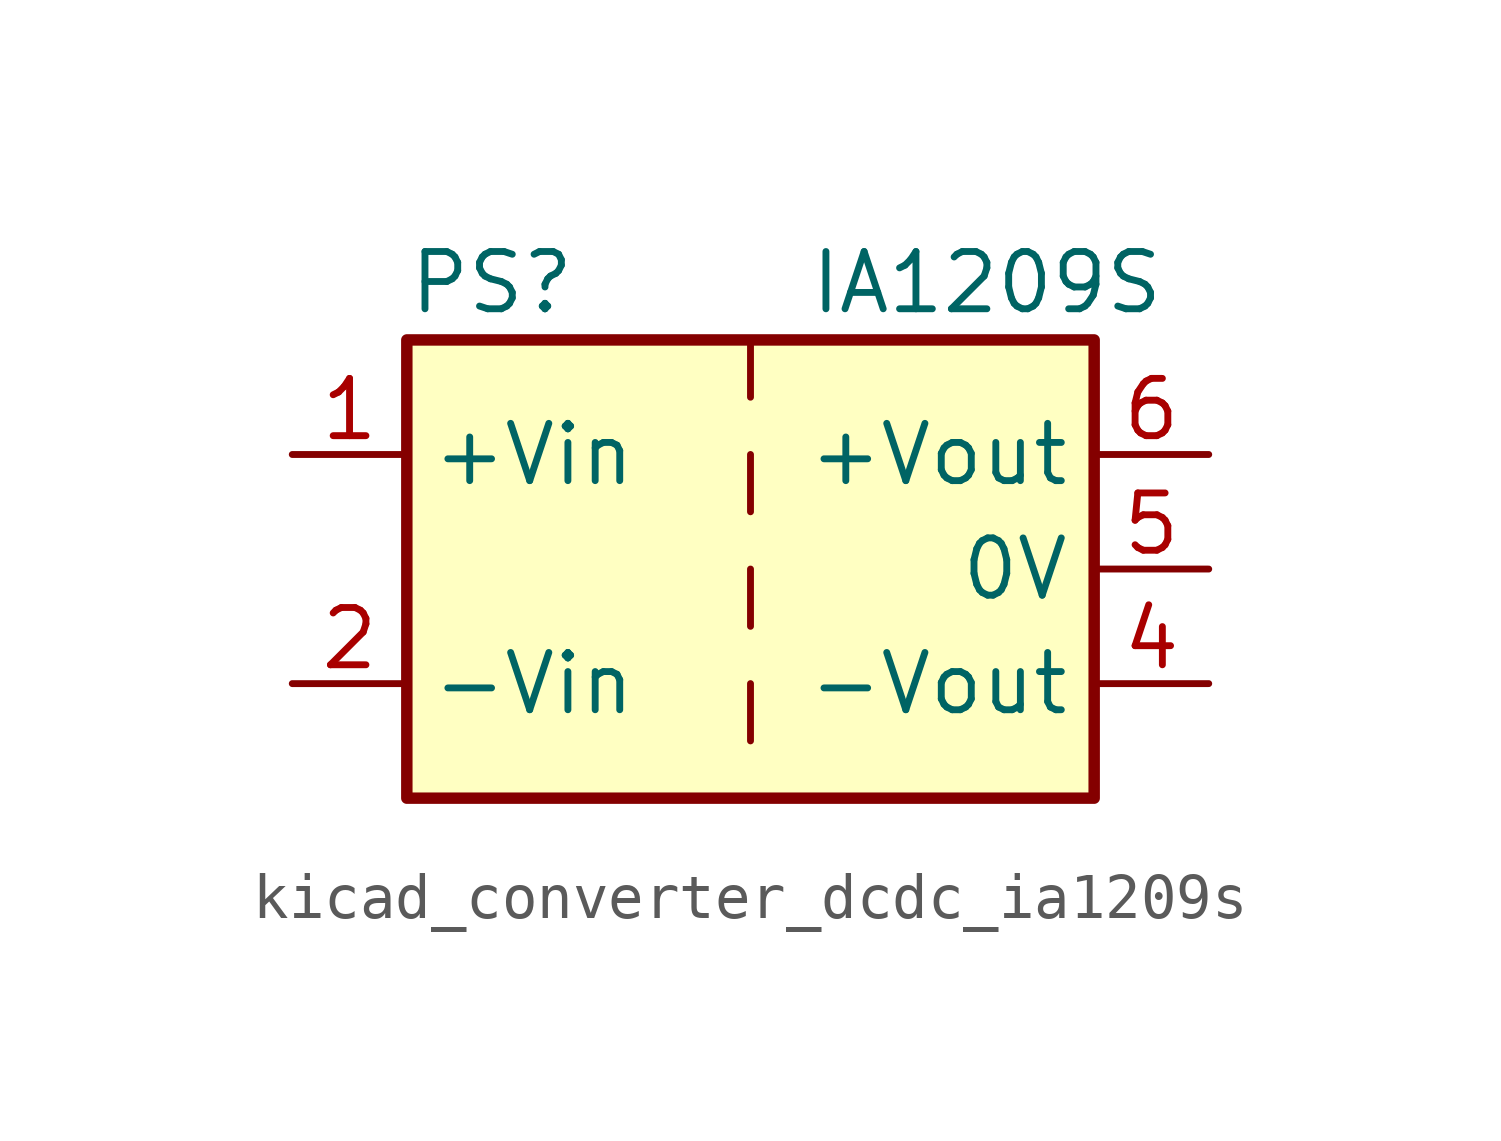
<source format=kicad_sym>
(kicad_symbol_lib
  (version 20220914)
  (generator kicad_symbol_editor)
  (symbol "kicad_converter_dcdc_ia1209s"
    (property "Reference" "PS"
      (at -7.62 6.35 0)
      (effects (font (size 1.27 1.27)) (justify left)))
    (property "Value" "IA1209S"
      (at 1.27 6.35 0)
      (effects (font (size 1.27 1.27)) (justify left)))
    (symbol "kicad_converter_dcdc_ia1209s_0_0"
      (pin power_in line (at -10.16 2.54 0) (length 2.54) (name "+Vin" (effects (font (size 1.27 1.27)))) (number "1" (effects (font (size 1.27 1.27)))))
      (pin power_in line (at -10.16 -2.54 0) (length 2.54) (name "-Vin" (effects (font (size 1.27 1.27)))) (number "2" (effects (font (size 1.27 1.27)))))
      (pin power_out line (at 10.16 -2.54 180) (length 2.54) (name "-Vout" (effects (font (size 1.27 1.27)))) (number "4" (effects (font (size 1.27 1.27)))))
      (pin power_out line (at 10.16 0 180) (length 2.54) (name "0V" (effects (font (size 1.27 1.27)))) (number "5" (effects (font (size 1.27 1.27)))))
      (pin power_out line (at 10.16 2.54 180) (length 2.54) (name "+Vout" (effects (font (size 1.27 1.27)))) (number "6" (effects (font (size 1.27 1.27))))))
    (symbol "kicad_converter_dcdc_ia1209s_0_1"
      (rectangle (start -7.62 5.08) (end 7.62 -5.08) (stroke (width 0.254) (type default)) (fill (type background)))
      (polyline (pts (xy 0 -2.54) (xy 0 -3.81)) (stroke (width 0) (type default)) (fill (type none)))
      (polyline (pts (xy 0 0) (xy 0 -1.27)) (stroke (width 0) (type default)) (fill (type none)))
      (polyline (pts (xy 0 2.54) (xy 0 1.27)) (stroke (width 0) (type default)) (fill (type none)))
      (polyline (pts (xy 0 5.08) (xy 0 3.81)) (stroke (width 0) (type default)) (fill (type none))))))
</source>
